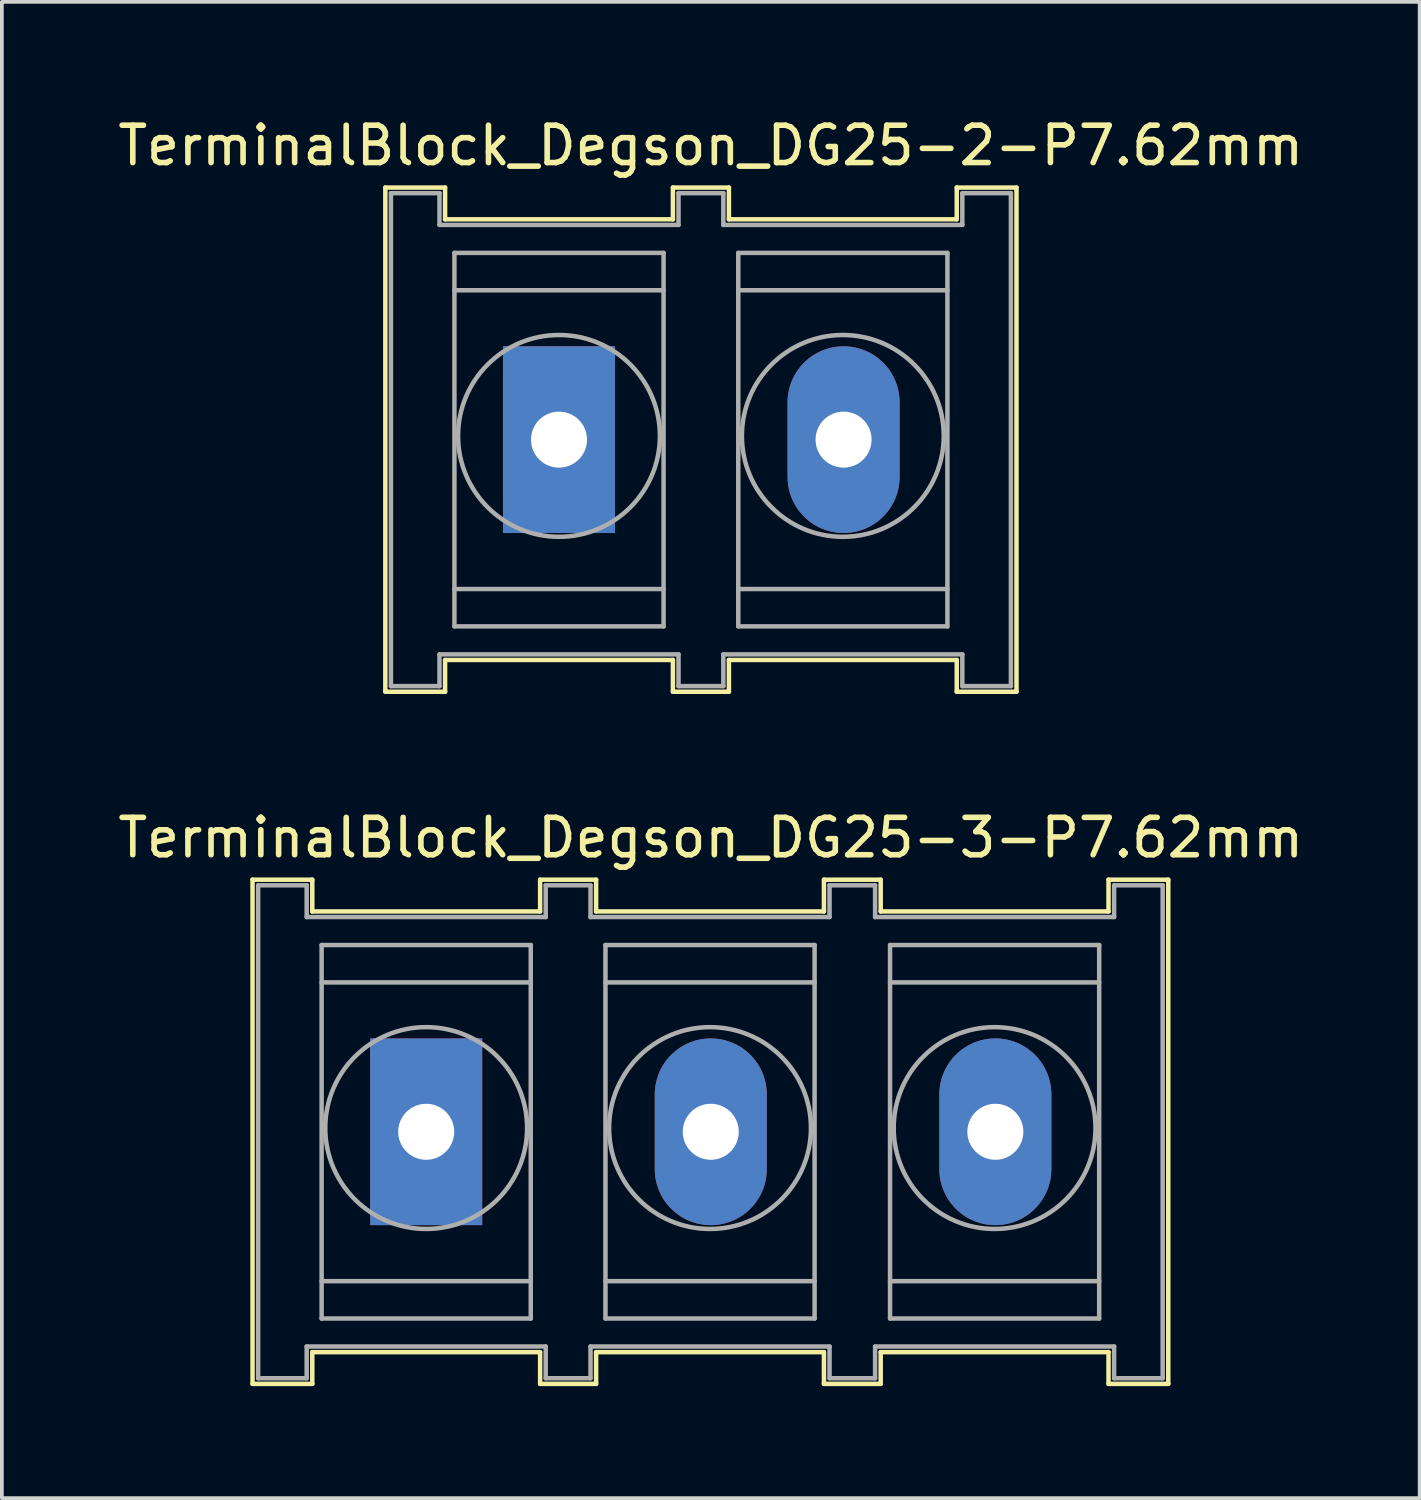
<source format=kicad_pcb>
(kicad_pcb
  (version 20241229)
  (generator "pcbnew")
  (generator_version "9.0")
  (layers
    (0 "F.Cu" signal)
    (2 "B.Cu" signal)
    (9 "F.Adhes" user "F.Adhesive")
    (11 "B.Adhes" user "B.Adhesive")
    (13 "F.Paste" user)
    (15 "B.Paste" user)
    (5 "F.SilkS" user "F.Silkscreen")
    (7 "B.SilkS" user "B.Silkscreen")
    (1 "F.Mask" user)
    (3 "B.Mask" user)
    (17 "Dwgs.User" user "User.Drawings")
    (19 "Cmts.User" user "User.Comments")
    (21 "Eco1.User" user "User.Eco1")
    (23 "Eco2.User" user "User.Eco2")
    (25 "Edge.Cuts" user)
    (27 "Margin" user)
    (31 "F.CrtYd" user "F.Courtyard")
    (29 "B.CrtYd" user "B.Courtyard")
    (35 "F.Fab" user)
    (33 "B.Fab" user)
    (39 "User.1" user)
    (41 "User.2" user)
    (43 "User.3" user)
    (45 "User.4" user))
  (footprint "TerminalBlock_Degson_DG25-2-P7.62mm"
    (layer "F.Cu")
    (at 11.918 8.722)
    (property "Reference" "TerminalBlock_Degson_DG25-2-P7.62mm" (at 4.064 -7.874 0) (layer "F.SilkS") (effects (font (size 1 1) (thickness 0.15))))
    (attr through_hole)
    (fp_line (start -4.65 -6.75) (end -4.65 6.75) (stroke (width 0.12) (type solid)) (layer "F.SilkS"))
    (fp_line (start -4.65 -6.75) (end -3.05 -6.75) (stroke (width 0.12) (type solid)) (layer "F.SilkS"))
    (fp_line (start -4.65 6.75) (end -3.05 6.75) (stroke (width 0.12) (type solid)) (layer "F.SilkS"))
    (fp_line (start -3.05 -5.9) (end -3.05 -6.75) (stroke (width 0.12) (type solid)) (layer "F.SilkS"))
    (fp_line (start -3.05 -5.9) (end 3.05 -5.9) (stroke (width 0.12) (type solid)) (layer "F.SilkS"))
    (fp_line (start -3.05 5.9) (end 3.05 5.9) (stroke (width 0.12) (type solid)) (layer "F.SilkS"))
    (fp_line (start -3.05 6.75) (end -3.05 5.9) (stroke (width 0.12) (type solid)) (layer "F.SilkS"))
    (fp_line (start 3.05 -6.75) (end 4.55 -6.75) (stroke (width 0.12) (type solid)) (layer "F.SilkS"))
    (fp_line (start 3.05 -5.9) (end 3.05 -6.75) (stroke (width 0.12) (type solid)) (layer "F.SilkS"))
    (fp_line (start 3.05 6.75) (end 3.05 5.9) (stroke (width 0.12) (type solid)) (layer "F.SilkS"))
    (fp_line (start 3.05 6.75) (end 4.55 6.75) (stroke (width 0.12) (type solid)) (layer "F.SilkS"))
    (fp_line (start 4.55 -5.9) (end 4.55 -6.75) (stroke (width 0.12) (type solid)) (layer "F.SilkS"))
    (fp_line (start 4.55 -5.9) (end 10.65 -5.9) (stroke (width 0.12) (type solid)) (layer "F.SilkS"))
    (fp_line (start 4.55 5.9) (end 10.65 5.9) (stroke (width 0.12) (type solid)) (layer "F.SilkS"))
    (fp_line (start 4.55 6.75) (end 4.55 5.9) (stroke (width 0.12) (type solid)) (layer "F.SilkS"))
    (fp_line (start 10.65 -6.75) (end 12.25 -6.75) (stroke (width 0.12) (type solid)) (layer "F.SilkS"))
    (fp_line (start 10.65 -5.9) (end 10.65 -6.75) (stroke (width 0.12) (type solid)) (layer "F.SilkS"))
    (fp_line (start 10.65 6.75) (end 10.65 5.9) (stroke (width 0.12) (type solid)) (layer "F.SilkS"))
    (fp_line (start 10.65 6.75) (end 12.25 6.75) (stroke (width 0.12) (type solid)) (layer "F.SilkS"))
    (fp_line (start 12.25 -6.75) (end 12.25 6.75) (stroke (width 0.12) (type solid)) (layer "F.SilkS"))
    (fp_line (start -4.5 -6.6) (end -3.2 -6.6) (stroke (width 0.12) (type solid)) (layer "F.Fab"))
    (fp_line (start -4.5 6.6) (end -4.5 -6.6) (stroke (width 0.12) (type solid)) (layer "F.Fab"))
    (fp_line (start -3.2 -6.6) (end -3.2 -5.75) (stroke (width 0.12) (type solid)) (layer "F.Fab"))
    (fp_line (start -3.2 -5.75) (end 3.2 -5.75) (stroke (width 0.12) (type solid)) (layer "F.Fab"))
    (fp_line (start -3.2 5.75) (end -3.2 6.6) (stroke (width 0.12) (type solid)) (layer "F.Fab"))
    (fp_line (start -3.2 6.6) (end -4.5 6.6) (stroke (width 0.12) (type solid)) (layer "F.Fab"))
    (fp_line (start -2.8 -5) (end 2.8 -5) (stroke (width 0.12) (type solid)) (layer "F.Fab"))
    (fp_line (start -2.8 -4) (end 2.8 -4) (stroke (width 0.12) (type solid)) (layer "F.Fab"))
    (fp_line (start -2.8 4) (end 2.8 4) (stroke (width 0.12) (type solid)) (layer "F.Fab"))
    (fp_line (start -2.8 5) (end -2.8 -5) (stroke (width 0.12) (type solid)) (layer "F.Fab"))
    (fp_line (start 2.8 -5) (end 2.8 5) (stroke (width 0.12) (type solid)) (layer "F.Fab"))
    (fp_line (start 2.8 5) (end -2.8 5) (stroke (width 0.12) (type solid)) (layer "F.Fab"))
    (fp_line (start 3.2 -6.6) (end 4.4 -6.6) (stroke (width 0.12) (type solid)) (layer "F.Fab"))
    (fp_line (start 3.2 -5.75) (end 3.2 -6.6) (stroke (width 0.12) (type solid)) (layer "F.Fab"))
    (fp_line (start 3.2 5.75) (end -3.2 5.75) (stroke (width 0.12) (type solid)) (layer "F.Fab"))
    (fp_line (start 3.2 6.6) (end 3.2 5.75) (stroke (width 0.12) (type solid)) (layer "F.Fab"))
    (fp_line (start 4.4 -6.6) (end 4.4 -5.75) (stroke (width 0.12) (type solid)) (layer "F.Fab"))
    (fp_line (start 4.4 -5.75) (end 10.8 -5.75) (stroke (width 0.12) (type solid)) (layer "F.Fab"))
    (fp_line (start 4.4 5.75) (end 4.4 6.6) (stroke (width 0.12) (type solid)) (layer "F.Fab"))
    (fp_line (start 4.4 6.6) (end 3.2 6.6) (stroke (width 0.12) (type solid)) (layer "F.Fab"))
    (fp_line (start 4.8 -5) (end 10.4 -5) (stroke (width 0.12) (type solid)) (layer "F.Fab"))
    (fp_line (start 4.8 -4) (end 10.4 -4) (stroke (width 0.12) (type solid)) (layer "F.Fab"))
    (fp_line (start 4.8 4) (end 10.4 4) (stroke (width 0.12) (type solid)) (layer "F.Fab"))
    (fp_line (start 4.8 5) (end 4.8 -5) (stroke (width 0.12) (type solid)) (layer "F.Fab"))
    (fp_line (start 10.4 -5) (end 10.4 5) (stroke (width 0.12) (type solid)) (layer "F.Fab"))
    (fp_line (start 10.4 5) (end 4.8 5) (stroke (width 0.12) (type solid)) (layer "F.Fab"))
    (fp_line (start 10.8 -6.6) (end 12.1 -6.6) (stroke (width 0.12) (type solid)) (layer "F.Fab"))
    (fp_line (start 10.8 -5.75) (end 10.8 -6.6) (stroke (width 0.12) (type solid)) (layer "F.Fab"))
    (fp_line (start 10.8 5.75) (end 4.4 5.75) (stroke (width 0.12) (type solid)) (layer "F.Fab"))
    (fp_line (start 10.8 6.6) (end 10.8 5.75) (stroke (width 0.12) (type solid)) (layer "F.Fab"))
    (fp_line (start 12.1 -6.6) (end 12.1 6.6) (stroke (width 0.12) (type solid)) (layer "F.Fab"))
    (fp_line (start 12.1 6.6) (end 10.8 6.6) (stroke (width 0.12) (type solid)) (layer "F.Fab"))
    (fp_circle (center 0 -0.1) (end 2.7 0) (stroke (width 0.12) (type solid)) (fill no) (layer "F.Fab"))
    (fp_circle (center 7.6 -0.1) (end 10.3 0) (stroke (width 0.12) (type solid)) (fill no) (layer "F.Fab"))
    (pad "1" thru_hole rect (at 0 0) (size 3 5) (drill 1.5) (layers "*.Cu" "*.Mask"))
    (pad "2" thru_hole oval (at 7.62 0) (size 3 5) (drill 1.5) (layers "*.Cu" "*.Mask")))
  (footprint "TerminalBlock_Degson_DG25-3-P7.62mm"
    (layer "F.Cu")
    (at 8.362 27.255)
    (property "Reference" "TerminalBlock_Degson_DG25-3-P7.62mm" (at 7.62 -7.874 0) (layer "F.SilkS") (effects (font (size 1 1) (thickness 0.15))))
    (attr through_hole)
    (fp_line (start -4.65 -6.75) (end -4.65 6.75) (stroke (width 0.12) (type solid)) (layer "F.SilkS"))
    (fp_line (start -4.65 -6.75) (end -3.05 -6.75) (stroke (width 0.12) (type solid)) (layer "F.SilkS"))
    (fp_line (start -4.65 6.75) (end -3.05 6.75) (stroke (width 0.12) (type solid)) (layer "F.SilkS"))
    (fp_line (start -3.05 -5.9) (end -3.05 -6.75) (stroke (width 0.12) (type solid)) (layer "F.SilkS"))
    (fp_line (start -3.05 -5.9) (end 3.05 -5.9) (stroke (width 0.12) (type solid)) (layer "F.SilkS"))
    (fp_line (start -3.05 5.9) (end 3.05 5.9) (stroke (width 0.12) (type solid)) (layer "F.SilkS"))
    (fp_line (start -3.05 6.75) (end -3.05 5.9) (stroke (width 0.12) (type solid)) (layer "F.SilkS"))
    (fp_line (start 3.05 -6.75) (end 4.55 -6.75) (stroke (width 0.12) (type solid)) (layer "F.SilkS"))
    (fp_line (start 3.05 -5.9) (end 3.05 -6.75) (stroke (width 0.12) (type solid)) (layer "F.SilkS"))
    (fp_line (start 3.05 6.75) (end 3.05 5.9) (stroke (width 0.12) (type solid)) (layer "F.SilkS"))
    (fp_line (start 3.05 6.75) (end 4.55 6.75) (stroke (width 0.12) (type solid)) (layer "F.SilkS"))
    (fp_line (start 4.55 -5.9) (end 4.55 -6.75) (stroke (width 0.12) (type solid)) (layer "F.SilkS"))
    (fp_line (start 4.55 -5.9) (end 10.65 -5.9) (stroke (width 0.12) (type solid)) (layer "F.SilkS"))
    (fp_line (start 4.55 5.9) (end 10.65 5.9) (stroke (width 0.12) (type solid)) (layer "F.SilkS"))
    (fp_line (start 4.55 6.75) (end 4.55 5.9) (stroke (width 0.12) (type solid)) (layer "F.SilkS"))
    (fp_line (start 10.65 -6.75) (end 12.17 -6.75) (stroke (width 0.12) (type solid)) (layer "F.SilkS"))
    (fp_line (start 10.65 -5.9) (end 10.65 -6.75) (stroke (width 0.12) (type solid)) (layer "F.SilkS"))
    (fp_line (start 10.65 6.75) (end 10.65 5.9) (stroke (width 0.12) (type solid)) (layer "F.SilkS"))
    (fp_line (start 10.65 6.75) (end 12.17 6.75) (stroke (width 0.12) (type solid)) (layer "F.SilkS"))
    (fp_line (start 12.17 -5.9) (end 12.17 -6.75) (stroke (width 0.12) (type solid)) (layer "F.SilkS"))
    (fp_line (start 12.17 -5.9) (end 18.27 -5.9) (stroke (width 0.12) (type solid)) (layer "F.SilkS"))
    (fp_line (start 12.17 5.9) (end 18.27 5.9) (stroke (width 0.12) (type solid)) (layer "F.SilkS"))
    (fp_line (start 12.17 6.75) (end 12.17 5.9) (stroke (width 0.12) (type solid)) (layer "F.SilkS"))
    (fp_line (start 18.27 -6.75) (end 19.87 -6.75) (stroke (width 0.12) (type solid)) (layer "F.SilkS"))
    (fp_line (start 18.27 -5.9) (end 18.27 -6.75) (stroke (width 0.12) (type solid)) (layer "F.SilkS"))
    (fp_line (start 18.27 6.75) (end 18.27 5.9) (stroke (width 0.12) (type solid)) (layer "F.SilkS"))
    (fp_line (start 18.27 6.75) (end 19.87 6.75) (stroke (width 0.12) (type solid)) (layer "F.SilkS"))
    (fp_line (start 19.87 -6.75) (end 19.87 6.75) (stroke (width 0.12) (type solid)) (layer "F.SilkS"))
    (fp_line (start -4.5 -6.6) (end -3.2 -6.6) (stroke (width 0.12) (type solid)) (layer "F.Fab"))
    (fp_line (start -4.5 6.6) (end -4.5 -6.6) (stroke (width 0.12) (type solid)) (layer "F.Fab"))
    (fp_line (start -3.2 -6.6) (end -3.2 -5.75) (stroke (width 0.12) (type solid)) (layer "F.Fab"))
    (fp_line (start -3.2 -5.75) (end 3.2 -5.75) (stroke (width 0.12) (type solid)) (layer "F.Fab"))
    (fp_line (start -3.2 5.75) (end -3.2 6.6) (stroke (width 0.12) (type solid)) (layer "F.Fab"))
    (fp_line (start -3.2 6.6) (end -4.5 6.6) (stroke (width 0.12) (type solid)) (layer "F.Fab"))
    (fp_line (start -2.8 -5) (end 2.8 -5) (stroke (width 0.12) (type solid)) (layer "F.Fab"))
    (fp_line (start -2.8 -4) (end 2.8 -4) (stroke (width 0.12) (type solid)) (layer "F.Fab"))
    (fp_line (start -2.8 4) (end 2.8 4) (stroke (width 0.12) (type solid)) (layer "F.Fab"))
    (fp_line (start -2.8 5) (end -2.8 -5) (stroke (width 0.12) (type solid)) (layer "F.Fab"))
    (fp_line (start 2.8 -5) (end 2.8 5) (stroke (width 0.12) (type solid)) (layer "F.Fab"))
    (fp_line (start 2.8 5) (end -2.8 5) (stroke (width 0.12) (type solid)) (layer "F.Fab"))
    (fp_line (start 3.2 -6.6) (end 4.4 -6.6) (stroke (width 0.12) (type solid)) (layer "F.Fab"))
    (fp_line (start 3.2 -5.75) (end 3.2 -6.6) (stroke (width 0.12) (type solid)) (layer "F.Fab"))
    (fp_line (start 3.2 5.75) (end -3.2 5.75) (stroke (width 0.12) (type solid)) (layer "F.Fab"))
    (fp_line (start 3.2 6.6) (end 3.2 5.75) (stroke (width 0.12) (type solid)) (layer "F.Fab"))
    (fp_line (start 4.4 -6.6) (end 4.4 -5.75) (stroke (width 0.12) (type solid)) (layer "F.Fab"))
    (fp_line (start 4.4 -5.75) (end 10.8 -5.75) (stroke (width 0.12) (type solid)) (layer "F.Fab"))
    (fp_line (start 4.4 5.75) (end 4.4 6.6) (stroke (width 0.12) (type solid)) (layer "F.Fab"))
    (fp_line (start 4.4 6.6) (end 3.2 6.6) (stroke (width 0.12) (type solid)) (layer "F.Fab"))
    (fp_line (start 4.8 -5) (end 10.4 -5) (stroke (width 0.12) (type solid)) (layer "F.Fab"))
    (fp_line (start 4.8 -4) (end 10.4 -4) (stroke (width 0.12) (type solid)) (layer "F.Fab"))
    (fp_line (start 4.8 4) (end 10.4 4) (stroke (width 0.12) (type solid)) (layer "F.Fab"))
    (fp_line (start 4.8 5) (end 4.8 -5) (stroke (width 0.12) (type solid)) (layer "F.Fab"))
    (fp_line (start 10.4 -5) (end 10.4 5) (stroke (width 0.12) (type solid)) (layer "F.Fab"))
    (fp_line (start 10.4 5) (end 4.8 5) (stroke (width 0.12) (type solid)) (layer "F.Fab"))
    (fp_line (start 10.8 -6.6) (end 12.02 -6.6) (stroke (width 0.12) (type solid)) (layer "F.Fab"))
    (fp_line (start 10.8 -5.75) (end 10.8 -6.6) (stroke (width 0.12) (type solid)) (layer "F.Fab"))
    (fp_line (start 10.8 5.75) (end 4.4 5.75) (stroke (width 0.12) (type solid)) (layer "F.Fab"))
    (fp_line (start 10.8 6.6) (end 10.8 5.75) (stroke (width 0.12) (type solid)) (layer "F.Fab"))
    (fp_line (start 12.02 -6.6) (end 12.02 -5.75) (stroke (width 0.12) (type solid)) (layer "F.Fab"))
    (fp_line (start 12.02 -5.75) (end 18.42 -5.75) (stroke (width 0.12) (type solid)) (layer "F.Fab"))
    (fp_line (start 12.02 5.75) (end 12.02 6.6) (stroke (width 0.12) (type solid)) (layer "F.Fab"))
    (fp_line (start 12.02 6.6) (end 10.8 6.6) (stroke (width 0.12) (type solid)) (layer "F.Fab"))
    (fp_line (start 12.42 -5) (end 18.02 -5) (stroke (width 0.12) (type solid)) (layer "F.Fab"))
    (fp_line (start 12.42 -4) (end 18.02 -4) (stroke (width 0.12) (type solid)) (layer "F.Fab"))
    (fp_line (start 12.42 4) (end 18.02 4) (stroke (width 0.12) (type solid)) (layer "F.Fab"))
    (fp_line (start 12.42 5) (end 12.42 -5) (stroke (width 0.12) (type solid)) (layer "F.Fab"))
    (fp_line (start 18.02 -5) (end 18.02 5) (stroke (width 0.12) (type solid)) (layer "F.Fab"))
    (fp_line (start 18.02 5) (end 12.42 5) (stroke (width 0.12) (type solid)) (layer "F.Fab"))
    (fp_line (start 18.42 -6.6) (end 19.72 -6.6) (stroke (width 0.12) (type solid)) (layer "F.Fab"))
    (fp_line (start 18.42 -5.75) (end 18.42 -6.6) (stroke (width 0.12) (type solid)) (layer "F.Fab"))
    (fp_line (start 18.42 5.75) (end 12.02 5.75) (stroke (width 0.12) (type solid)) (layer "F.Fab"))
    (fp_line (start 18.42 6.6) (end 18.42 5.75) (stroke (width 0.12) (type solid)) (layer "F.Fab"))
    (fp_line (start 19.72 -6.6) (end 19.72 6.6) (stroke (width 0.12) (type solid)) (layer "F.Fab"))
    (fp_line (start 19.72 6.6) (end 18.42 6.6) (stroke (width 0.12) (type solid)) (layer "F.Fab"))
    (fp_circle (center 0 -0.1) (end 2.7 0) (stroke (width 0.12) (type solid)) (fill no) (layer "F.Fab"))
    (fp_circle (center 7.6 -0.1) (end 10.3 0) (stroke (width 0.12) (type solid)) (fill no) (layer "F.Fab"))
    (fp_circle (center 15.22 -0.1) (end 17.92 0) (stroke (width 0.12) (type solid)) (fill no) (layer "F.Fab"))
    (pad "1" thru_hole rect (at 0 0) (size 3 5) (drill 1.5) (layers "*.Cu" "*.Mask"))
    (pad "2" thru_hole oval (at 7.62 0) (size 3 5) (drill 1.5) (layers "*.Cu" "*.Mask"))
    (pad "3" thru_hole oval (at 15.24 0) (size 3 5) (drill 1.5) (layers "*.Cu" "*.Mask")))
  (gr_rect
    (start -3 -3)
    (end 34.964 37.065)
    (stroke (width 0.1) (type default))
    (fill no)
    (layer "Edge.Cuts")))
</source>
